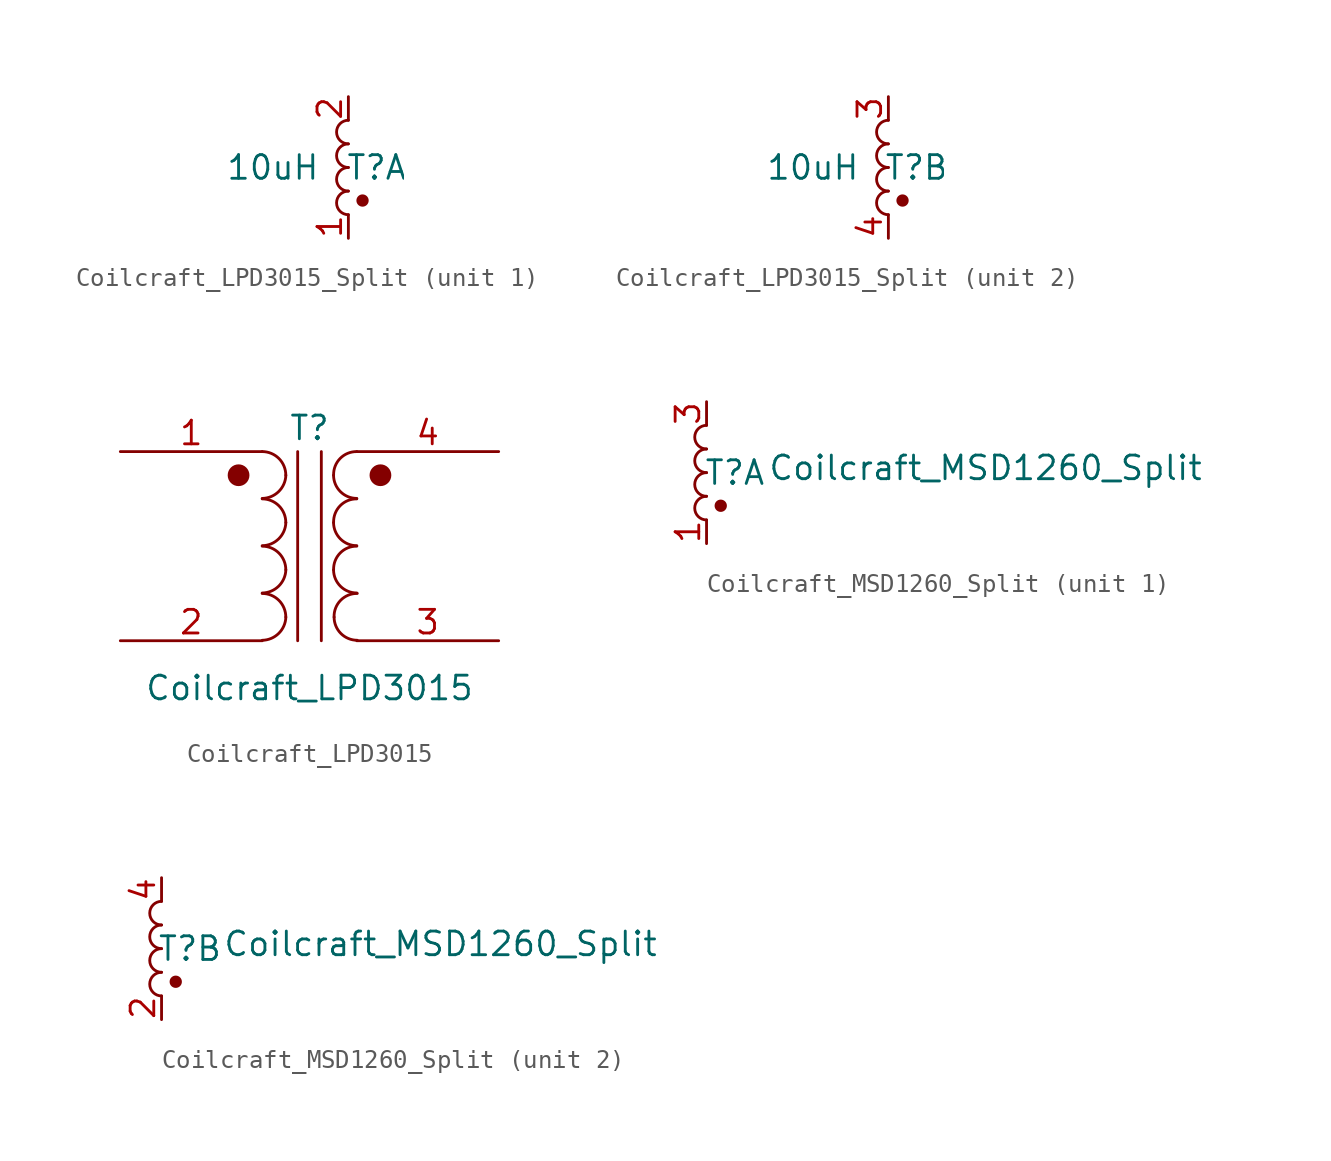
<source format=kicad_sym>
(kicad_symbol_lib
  (version 20231120)
  (generator "kicad_symbol_editor")
  (generator_version "8.0")
  (symbol "Coilcraft_LPD3015_Split"
    (property "Reference" "T"
      (at 1.524 0 0)
      (effects (font (size 1.27 1.27))))
    (property "Value" "10uH"
      (at -4.064 0 0)
      (effects (font (size 1.27 1.27))))
    (symbol "Coilcraft_LPD3015_Split_0_1"
      (arc (start 0 -1.27) (mid -0.6323 -1.905) (end 0 -2.54) (stroke (width 0) (type default)) (fill (type none)))
      (arc (start 0 0) (mid -0.6323 -0.635) (end 0 -1.27) (stroke (width 0) (type default)) (fill (type none)))
      (arc (start 0 1.27) (mid -0.6323 0.635) (end 0 0) (stroke (width 0) (type default)) (fill (type none)))
      (arc (start 0 2.54) (mid -0.6323 1.905) (end 0 1.27) (stroke (width 0) (type default)) (fill (type none)))
      (circle (center 0.762 -1.778) (radius 0.254) (stroke (width 0) (type default)) (fill (type outline))))
    (symbol "Coilcraft_LPD3015_Split_1_1"
      (pin passive line (at 0 -3.81 90) (length 1.27) (name "" (effects (font (size 1.27 1.27)))) (number "1" (effects (font (size 1.27 1.27)))))
      (pin passive line (at 0 3.81 270) (length 1.27) (name "" (effects (font (size 1.27 1.27)))) (number "2" (effects (font (size 1.27 1.27))))))
    (symbol "Coilcraft_LPD3015_Split_2_1"
      (pin passive line (at 0 3.81 270) (length 1.27) (name "" (effects (font (size 1.27 1.27)))) (number "3" (effects (font (size 1.27 1.27)))))
      (pin passive line (at 0 -3.81 90) (length 1.27) (name "" (effects (font (size 1.27 1.27)))) (number "4" (effects (font (size 1.27 1.27)))))))
  (symbol "Coilcraft_LPD3015"
    (pin_names
      (offset 1.016) hide)
    (property "Reference" "T"
      (at 0 6.35 0)
      (effects (font (size 1.27 1.27))))
    (property "Value" "Coilcraft_LPD3015"
      (at 0 -7.62 0)
      (effects (font (size 1.27 1.27))))
    (symbol "Coilcraft_LPD3015_0_1"
      (circle (center -3.81 3.81) (radius 0.508) (stroke (width 0) (type default)) (fill (type outline)))
      (arc (start -2.54 -5.0546) (mid -1.6599 -4.6901) (end -1.27 -3.81) (stroke (width 0) (type default)) (fill (type none)))
      (arc (start -2.54 -2.5146) (mid -1.6599 -2.1501) (end -1.27 -1.27) (stroke (width 0) (type default)) (fill (type none)))
      (arc (start -2.54 0.0254) (mid -1.6599 0.3899) (end -1.27 1.27) (stroke (width 0) (type default)) (fill (type none)))
      (arc (start -2.54 2.5654) (mid -1.6599 2.9299) (end -1.27 3.81) (stroke (width 0) (type default)) (fill (type none)))
      (arc (start -1.27 -3.81) (mid -1.642 -2.912) (end -2.54 -2.54) (stroke (width 0) (type default)) (fill (type none)))
      (arc (start -1.27 -1.27) (mid -1.642 -0.372) (end -2.54 0) (stroke (width 0) (type default)) (fill (type none)))
      (arc (start -1.27 1.27) (mid -1.642 2.168) (end -2.54 2.54) (stroke (width 0) (type default)) (fill (type none)))
      (arc (start -1.27 3.81) (mid -1.642 4.708) (end -2.54 5.08) (stroke (width 0) (type default)) (fill (type none)))
      (polyline (pts (xy -0.635 5.08) (xy -0.635 -5.08)) (stroke (width 0) (type default)) (fill (type none)))
      (polyline (pts (xy 0.635 -5.08) (xy 0.635 5.08)) (stroke (width 0) (type default)) (fill (type none)))
      (arc (start 1.2954 -1.27) (mid 1.6599 -2.1501) (end 2.54 -2.5146) (stroke (width 0) (type default)) (fill (type none)))
      (arc (start 1.2954 1.27) (mid 1.6599 0.3899) (end 2.54 0.0254) (stroke (width 0) (type default)) (fill (type none)))
      (arc (start 1.2954 3.81) (mid 1.6599 2.9299) (end 2.54 2.5654) (stroke (width 0) (type default)) (fill (type none)))
      (arc (start 1.3208 -3.81) (mid 1.6853 -4.6901) (end 2.5654 -5.0546) (stroke (width 0) (type default)) (fill (type none)))
      (arc (start 2.54 0) (mid 1.642 -0.372) (end 1.2954 -1.27) (stroke (width 0) (type default)) (fill (type none)))
      (arc (start 2.54 2.54) (mid 1.642 2.168) (end 1.2954 1.27) (stroke (width 0) (type default)) (fill (type none)))
      (arc (start 2.54 5.08) (mid 1.642 4.708) (end 1.2954 3.81) (stroke (width 0) (type default)) (fill (type none)))
      (arc (start 2.5654 -2.54) (mid 1.6674 -2.912) (end 1.3208 -3.81) (stroke (width 0) (type default)) (fill (type none)))
      (circle (center 3.81 3.81) (radius 0.508) (stroke (width 0) (type default)) (fill (type outline))))
    (symbol "Coilcraft_LPD3015_1_1"
      (pin passive line (at -10.16 5.08 0) (length 7.62) (name "AA" (effects (font (size 1.27 1.27)))) (number "1" (effects (font (size 1.27 1.27)))))
      (pin passive line (at -10.16 -5.08 0) (length 7.62) (name "AB" (effects (font (size 1.27 1.27)))) (number "2" (effects (font (size 1.27 1.27)))))
      (pin passive line (at 10.16 -5.08 180) (length 7.62) (name "SA" (effects (font (size 1.27 1.27)))) (number "3" (effects (font (size 1.27 1.27)))))
      (pin passive line (at 10.16 5.08 180) (length 7.62) (name "SB" (effects (font (size 1.27 1.27)))) (number "4" (effects (font (size 1.27 1.27)))))))
  (symbol "Coilcraft_MSD1260_Split"
    (property "Reference" "T"
      (at 1.524 0 0)
      (effects (font (size 1.27 1.27))))
    (property "Value" "Coilcraft_MSD1260_Split"
      (at 14.986 0.254 0)
      (effects (font (size 1.27 1.27))))
    (symbol "Coilcraft_MSD1260_Split_0_1"
      (arc (start 0 -1.27) (mid -0.6323 -1.905) (end 0 -2.54) (stroke (width 0) (type default)) (fill (type none)))
      (arc (start 0 0) (mid -0.6323 -0.635) (end 0 -1.27) (stroke (width 0) (type default)) (fill (type none)))
      (arc (start 0 1.27) (mid -0.6323 0.635) (end 0 0) (stroke (width 0) (type default)) (fill (type none)))
      (arc (start 0 2.54) (mid -0.6323 1.905) (end 0 1.27) (stroke (width 0) (type default)) (fill (type none)))
      (circle (center 0.762 -1.778) (radius 0.254) (stroke (width 0) (type default)) (fill (type outline))))
    (symbol "Coilcraft_MSD1260_Split_1_1"
      (pin passive line (at 0 -3.81 90) (length 1.27) (name "" (effects (font (size 1.27 1.27)))) (number "1" (effects (font (size 1.27 1.27)))))
      (pin passive line (at 0 3.81 270) (length 1.27) (name "" (effects (font (size 1.27 1.27)))) (number "3" (effects (font (size 1.27 1.27))))))
    (symbol "Coilcraft_MSD1260_Split_2_1"
      (pin passive line (at 0 -3.81 90) (length 1.27) (name "" (effects (font (size 1.27 1.27)))) (number "2" (effects (font (size 1.27 1.27)))))
      (pin passive line (at 0 3.81 270) (length 1.27) (name "" (effects (font (size 1.27 1.27)))) (number "4" (effects (font (size 1.27 1.27))))))))
</source>
